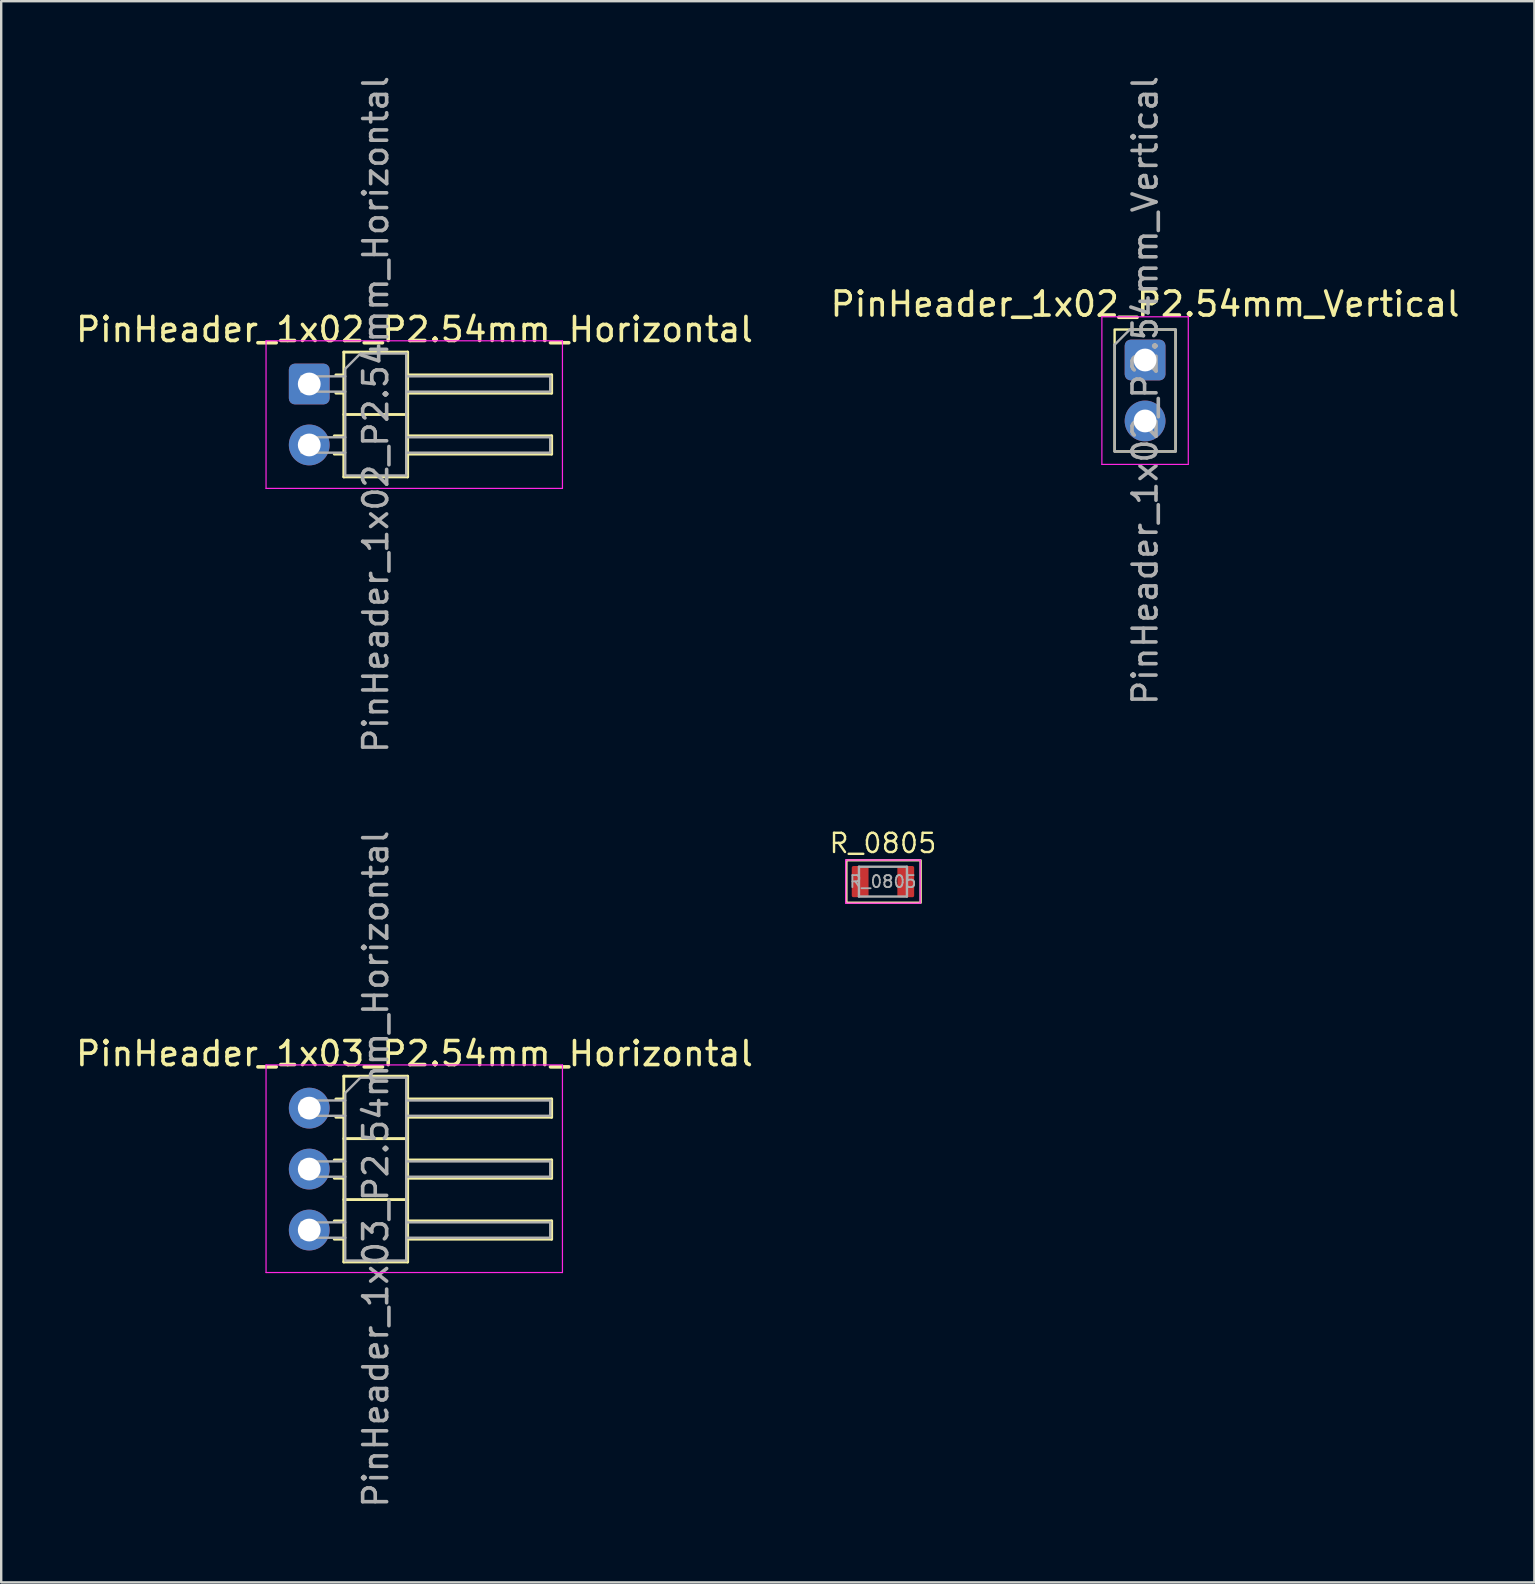
<source format=kicad_pcb>
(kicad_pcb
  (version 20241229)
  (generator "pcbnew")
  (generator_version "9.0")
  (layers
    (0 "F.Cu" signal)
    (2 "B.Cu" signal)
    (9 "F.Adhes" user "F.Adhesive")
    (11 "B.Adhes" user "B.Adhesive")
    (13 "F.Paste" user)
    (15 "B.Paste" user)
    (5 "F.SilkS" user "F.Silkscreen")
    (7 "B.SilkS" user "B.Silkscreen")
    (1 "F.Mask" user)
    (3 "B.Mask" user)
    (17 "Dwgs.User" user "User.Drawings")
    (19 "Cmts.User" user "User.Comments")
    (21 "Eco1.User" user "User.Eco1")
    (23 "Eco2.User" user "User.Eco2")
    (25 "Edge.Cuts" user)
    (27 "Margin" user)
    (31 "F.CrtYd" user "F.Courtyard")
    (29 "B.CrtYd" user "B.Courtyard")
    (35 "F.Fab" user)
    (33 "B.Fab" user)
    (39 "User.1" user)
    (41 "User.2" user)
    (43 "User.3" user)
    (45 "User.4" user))
  (footprint "PinHeader_1x02_P2.54mm_Horizontal"
    (layer "F.Cu")
    (at 9.835 12.95)
    (property "Reference" "PinHeader_1x02_P2.54mm_Horizontal" (at 4.385 -2.27 0) (layer "F.SilkS") (effects (font (size 1 1) (thickness 0.15))))
    (attr through_hole)
    (fp_line (start 1.043 2.16) (end 1.44 2.16) (stroke (width 0.12) (type solid)) (layer "F.SilkS"))
    (fp_line (start 1.043 2.92) (end 1.44 2.92) (stroke (width 0.12) (type solid)) (layer "F.SilkS"))
    (fp_line (start 1.11 -0.38) (end 1.44 -0.38) (stroke (width 0.12) (type solid)) (layer "F.SilkS"))
    (fp_line (start 1.11 0.38) (end 1.44 0.38) (stroke (width 0.12) (type solid)) (layer "F.SilkS"))
    (fp_line (start 1.44 -1.33) (end 1.44 3.87) (stroke (width 0.12) (type solid)) (layer "F.SilkS"))
    (fp_line (start 1.44 1.27) (end 4.1 1.27) (stroke (width 0.12) (type solid)) (layer "F.SilkS"))
    (fp_line (start 1.44 3.87) (end 4.1 3.87) (stroke (width 0.12) (type solid)) (layer "F.SilkS"))
    (fp_line (start 4.1 -1.33) (end 1.44 -1.33) (stroke (width 0.12) (type solid)) (layer "F.SilkS"))
    (fp_line (start 4.1 -0.38) (end 10.1 -0.38) (stroke (width 0.12) (type solid)) (layer "F.SilkS"))
    (fp_line (start 4.1 2.16) (end 10.1 2.16) (stroke (width 0.12) (type solid)) (layer "F.SilkS"))
    (fp_line (start 4.1 3.87) (end 4.1 -1.33) (stroke (width 0.12) (type solid)) (layer "F.SilkS"))
    (fp_line (start 10.1 -0.38) (end 10.1 0.38) (stroke (width 0.12) (type solid)) (layer "F.SilkS"))
    (fp_line (start 10.1 0.38) (end 4.1 0.38) (stroke (width 0.12) (type solid)) (layer "F.SilkS"))
    (fp_line (start 10.1 2.16) (end 10.1 2.92) (stroke (width 0.12) (type solid)) (layer "F.SilkS"))
    (fp_line (start 10.1 2.92) (end 4.1 2.92) (stroke (width 0.12) (type solid)) (layer "F.SilkS"))
    (fp_line (start -1.8 -1.8) (end -1.8 4.35) (stroke (width 0.05) (type solid)) (layer "F.CrtYd"))
    (fp_line (start -1.8 4.35) (end 10.55 4.35) (stroke (width 0.05) (type solid)) (layer "F.CrtYd"))
    (fp_line (start 10.55 -1.8) (end -1.8 -1.8) (stroke (width 0.05) (type solid)) (layer "F.CrtYd"))
    (fp_line (start 10.55 4.35) (end 10.55 -1.8) (stroke (width 0.05) (type solid)) (layer "F.CrtYd"))
    (fp_line (start -0.32 -0.32) (end -0.32 0.32) (stroke (width 0.1) (type solid)) (layer "F.Fab"))
    (fp_line (start -0.32 -0.32) (end 1.5 -0.32) (stroke (width 0.1) (type solid)) (layer "F.Fab"))
    (fp_line (start -0.32 0.32) (end 1.5 0.32) (stroke (width 0.1) (type solid)) (layer "F.Fab"))
    (fp_line (start -0.32 2.22) (end -0.32 2.86) (stroke (width 0.1) (type solid)) (layer "F.Fab"))
    (fp_line (start -0.32 2.22) (end 1.5 2.22) (stroke (width 0.1) (type solid)) (layer "F.Fab"))
    (fp_line (start -0.32 2.86) (end 1.5 2.86) (stroke (width 0.1) (type solid)) (layer "F.Fab"))
    (fp_line (start 1.5 -0.635) (end 2.135 -1.27) (stroke (width 0.1) (type solid)) (layer "F.Fab"))
    (fp_line (start 1.5 3.81) (end 1.5 -0.635) (stroke (width 0.1) (type solid)) (layer "F.Fab"))
    (fp_line (start 2.135 -1.27) (end 4.04 -1.27) (stroke (width 0.1) (type solid)) (layer "F.Fab"))
    (fp_line (start 4.04 -1.27) (end 4.04 3.81) (stroke (width 0.1) (type solid)) (layer "F.Fab"))
    (fp_line (start 4.04 -0.32) (end 10.04 -0.32) (stroke (width 0.1) (type solid)) (layer "F.Fab"))
    (fp_line (start 4.04 0.32) (end 10.04 0.32) (stroke (width 0.1) (type solid)) (layer "F.Fab"))
    (fp_line (start 4.04 2.22) (end 10.04 2.22) (stroke (width 0.1) (type solid)) (layer "F.Fab"))
    (fp_line (start 4.04 2.86) (end 10.04 2.86) (stroke (width 0.1) (type solid)) (layer "F.Fab"))
    (fp_line (start 4.04 3.81) (end 1.5 3.81) (stroke (width 0.1) (type solid)) (layer "F.Fab"))
    (fp_line (start 10.04 -0.32) (end 10.04 0.32) (stroke (width 0.1) (type solid)) (layer "F.Fab"))
    (fp_line (start 10.04 2.22) (end 10.04 2.86) (stroke (width 0.1) (type solid)) (layer "F.Fab"))
    (fp_text user "${REFERENCE}" (at 2.77 1.27 90) (layer "F.Fab") (effects (font (size 1 1) (thickness 0.15))))
    (pad "1" thru_hole roundrect (at 0 0) (size 1.7 1.7) (drill 0.95) (layers "*.Cu" "*.Mask") (roundrect_rratio 0.147))
    (pad "2" thru_hole circle (at 0 2.54) (size 1.7 1.7) (drill 0.95) (layers "*.Cu" "*.Mask")))
  (footprint "PinHeader_1x02_P2.54mm_Vertical"
    (layer "F.Cu")
    (at 44.661 11.95)
    (property "Reference" "PinHeader_1x02_P2.54mm_Vertical" (at 0 -2.33 0) (layer "F.SilkS") (effects (font (size 1 1) (thickness 0.15))))
    (attr through_hole)
    (fp_rect (start -1.27 -1.27) (end 1.27 3.81) (stroke (width 0.1) (type default)) (fill no) (layer "F.SilkS"))
    (fp_line (start -1.8 -1.8) (end -1.8 4.35) (stroke (width 0.05) (type solid)) (layer "F.CrtYd"))
    (fp_line (start -1.8 4.35) (end 1.8 4.35) (stroke (width 0.05) (type solid)) (layer "F.CrtYd"))
    (fp_line (start 1.8 -1.8) (end -1.8 -1.8) (stroke (width 0.05) (type solid)) (layer "F.CrtYd"))
    (fp_line (start 1.8 4.35) (end 1.8 -1.8) (stroke (width 0.05) (type solid)) (layer "F.CrtYd"))
    (fp_line (start -1.27 -0.635) (end -0.635 -1.27) (stroke (width 0.1) (type solid)) (layer "F.Fab"))
    (fp_line (start -1.27 3.81) (end -1.27 -0.635) (stroke (width 0.1) (type solid)) (layer "F.Fab"))
    (fp_line (start -0.635 -1.27) (end 1.27 -1.27) (stroke (width 0.1) (type solid)) (layer "F.Fab"))
    (fp_line (start 1.27 -1.27) (end 1.27 3.81) (stroke (width 0.1) (type solid)) (layer "F.Fab"))
    (fp_line (start 1.27 3.81) (end -1.27 3.81) (stroke (width 0.1) (type solid)) (layer "F.Fab"))
    (fp_text user "${REFERENCE}" (at 0 1.27 90) (layer "F.Fab") (effects (font (size 1 1) (thickness 0.15))))
    (pad "1" thru_hole roundrect (at 0 0) (size 1.7 1.7) (drill 0.95) (layers "*.Cu" "*.Mask") (roundrect_rratio 0.147))
    (pad "2" thru_hole circle (at 0 2.54) (size 1.7 1.7) (drill 0.95) (layers "*.Cu" "*.Mask")))
  (footprint "R_0805"
    (layer "F.Cu")
    (at 33.739 33.684)
    (property "Reference" "R_0805" (at 0 -1.6 0) (layer "F.SilkS") (effects (font (size 0.8 0.8) (thickness 0.1))))
    (attr smd)
    (fp_rect (start -1.524 -0.889) (end 1.57 0.88) (stroke (width 0.1) (type default)) (fill no) (layer "F.SilkS"))
    (fp_line (start -1.55 -0.9) (end -1.55 0.9) (stroke (width 0.05) (type solid)) (layer "F.CrtYd"))
    (fp_line (start -1.55 -0.9) (end 1.55 -0.9) (stroke (width 0.05) (type solid)) (layer "F.CrtYd"))
    (fp_line (start 1.55 0.9) (end -1.55 0.9) (stroke (width 0.05) (type solid)) (layer "F.CrtYd"))
    (fp_line (start 1.55 0.9) (end 1.55 -0.9) (stroke (width 0.05) (type solid)) (layer "F.CrtYd"))
    (fp_line (start -1 -0.62) (end 1 -0.62) (stroke (width 0.1) (type solid)) (layer "F.Fab"))
    (fp_line (start -1 0.62) (end -1 -0.62) (stroke (width 0.1) (type solid)) (layer "F.Fab"))
    (fp_line (start 1 -0.62) (end 1 0.62) (stroke (width 0.1) (type solid)) (layer "F.Fab"))
    (fp_line (start 1 0.62) (end -1 0.62) (stroke (width 0.1) (type solid)) (layer "F.Fab"))
    (fp_text user "${REFERENCE}" (at 0 0 0) (layer "F.Fab") (effects (font (size 0.5 0.5) (thickness 0.075))))
    (pad "1" smd roundrect (at -0.95 0) (size 0.7 1.3) (layers "F.Cu" "F.Mask" "F.Paste") (roundrect_rratio 0.1))
    (pad "2" smd roundrect (at 0.95 0) (size 0.7 1.3) (layers "F.Cu" "F.Mask" "F.Paste") (roundrect_rratio 0.1)))
  (footprint "PinHeader_1x03_P2.54mm_Horizontal"
    (layer "F.Cu")
    (at 9.835 43.121)
    (property "Reference" "PinHeader_1x03_P2.54mm_Horizontal" (at 4.385 -2.27 0) (layer "F.SilkS") (effects (font (size 1 1) (thickness 0.15))))
    (attr through_hole)
    (fp_line (start 1.043 2.16) (end 1.44 2.16) (stroke (width 0.12) (type solid)) (layer "F.SilkS"))
    (fp_line (start 1.043 2.92) (end 1.44 2.92) (stroke (width 0.12) (type solid)) (layer "F.SilkS"))
    (fp_line (start 1.043 4.7) (end 1.44 4.7) (stroke (width 0.12) (type solid)) (layer "F.SilkS"))
    (fp_line (start 1.043 5.46) (end 1.44 5.46) (stroke (width 0.12) (type solid)) (layer "F.SilkS"))
    (fp_line (start 1.11 -0.38) (end 1.44 -0.38) (stroke (width 0.12) (type solid)) (layer "F.SilkS"))
    (fp_line (start 1.11 0.38) (end 1.44 0.38) (stroke (width 0.12) (type solid)) (layer "F.SilkS"))
    (fp_line (start 1.44 -1.33) (end 1.44 6.41) (stroke (width 0.12) (type solid)) (layer "F.SilkS"))
    (fp_line (start 1.44 1.27) (end 4.1 1.27) (stroke (width 0.12) (type solid)) (layer "F.SilkS"))
    (fp_line (start 1.44 3.81) (end 4.1 3.81) (stroke (width 0.12) (type solid)) (layer "F.SilkS"))
    (fp_line (start 1.44 6.41) (end 4.1 6.41) (stroke (width 0.12) (type solid)) (layer "F.SilkS"))
    (fp_line (start 4.1 -1.33) (end 1.44 -1.33) (stroke (width 0.12) (type solid)) (layer "F.SilkS"))
    (fp_line (start 4.1 -0.38) (end 10.1 -0.38) (stroke (width 0.12) (type solid)) (layer "F.SilkS"))
    (fp_line (start 4.1 2.16) (end 10.1 2.16) (stroke (width 0.12) (type solid)) (layer "F.SilkS"))
    (fp_line (start 4.1 4.7) (end 10.1 4.7) (stroke (width 0.12) (type solid)) (layer "F.SilkS"))
    (fp_line (start 4.1 6.41) (end 4.1 -1.33) (stroke (width 0.12) (type solid)) (layer "F.SilkS"))
    (fp_line (start 10.1 -0.38) (end 10.1 0.38) (stroke (width 0.12) (type solid)) (layer "F.SilkS"))
    (fp_line (start 10.1 0.38) (end 4.1 0.38) (stroke (width 0.12) (type solid)) (layer "F.SilkS"))
    (fp_line (start 10.1 2.16) (end 10.1 2.92) (stroke (width 0.12) (type solid)) (layer "F.SilkS"))
    (fp_line (start 10.1 2.92) (end 4.1 2.92) (stroke (width 0.12) (type solid)) (layer "F.SilkS"))
    (fp_line (start 10.1 4.7) (end 10.1 5.46) (stroke (width 0.12) (type solid)) (layer "F.SilkS"))
    (fp_line (start 10.1 5.46) (end 4.1 5.46) (stroke (width 0.12) (type solid)) (layer "F.SilkS"))
    (fp_line (start -1.8 -1.8) (end -1.8 6.85) (stroke (width 0.05) (type solid)) (layer "F.CrtYd"))
    (fp_line (start -1.8 6.85) (end 10.55 6.85) (stroke (width 0.05) (type solid)) (layer "F.CrtYd"))
    (fp_line (start 10.55 -1.8) (end -1.8 -1.8) (stroke (width 0.05) (type solid)) (layer "F.CrtYd"))
    (fp_line (start 10.55 6.85) (end 10.55 -1.8) (stroke (width 0.05) (type solid)) (layer "F.CrtYd"))
    (fp_line (start -0.32 -0.32) (end -0.32 0.32) (stroke (width 0.1) (type solid)) (layer "F.Fab"))
    (fp_line (start -0.32 -0.32) (end 1.5 -0.32) (stroke (width 0.1) (type solid)) (layer "F.Fab"))
    (fp_line (start -0.32 0.32) (end 1.5 0.32) (stroke (width 0.1) (type solid)) (layer "F.Fab"))
    (fp_line (start -0.32 2.22) (end -0.32 2.86) (stroke (width 0.1) (type solid)) (layer "F.Fab"))
    (fp_line (start -0.32 2.22) (end 1.5 2.22) (stroke (width 0.1) (type solid)) (layer "F.Fab"))
    (fp_line (start -0.32 2.86) (end 1.5 2.86) (stroke (width 0.1) (type solid)) (layer "F.Fab"))
    (fp_line (start -0.32 4.76) (end -0.32 5.4) (stroke (width 0.1) (type solid)) (layer "F.Fab"))
    (fp_line (start -0.32 4.76) (end 1.5 4.76) (stroke (width 0.1) (type solid)) (layer "F.Fab"))
    (fp_line (start -0.32 5.4) (end 1.5 5.4) (stroke (width 0.1) (type solid)) (layer "F.Fab"))
    (fp_line (start 1.5 -0.635) (end 2.135 -1.27) (stroke (width 0.1) (type solid)) (layer "F.Fab"))
    (fp_line (start 1.5 6.35) (end 1.5 -0.635) (stroke (width 0.1) (type solid)) (layer "F.Fab"))
    (fp_line (start 2.135 -1.27) (end 4.04 -1.27) (stroke (width 0.1) (type solid)) (layer "F.Fab"))
    (fp_line (start 4.04 -1.27) (end 4.04 6.35) (stroke (width 0.1) (type solid)) (layer "F.Fab"))
    (fp_line (start 4.04 -0.32) (end 10.04 -0.32) (stroke (width 0.1) (type solid)) (layer "F.Fab"))
    (fp_line (start 4.04 0.32) (end 10.04 0.32) (stroke (width 0.1) (type solid)) (layer "F.Fab"))
    (fp_line (start 4.04 2.22) (end 10.04 2.22) (stroke (width 0.1) (type solid)) (layer "F.Fab"))
    (fp_line (start 4.04 2.86) (end 10.04 2.86) (stroke (width 0.1) (type solid)) (layer "F.Fab"))
    (fp_line (start 4.04 4.76) (end 10.04 4.76) (stroke (width 0.1) (type solid)) (layer "F.Fab"))
    (fp_line (start 4.04 5.4) (end 10.04 5.4) (stroke (width 0.1) (type solid)) (layer "F.Fab"))
    (fp_line (start 4.04 6.35) (end 1.5 6.35) (stroke (width 0.1) (type solid)) (layer "F.Fab"))
    (fp_line (start 10.04 -0.32) (end 10.04 0.32) (stroke (width 0.1) (type solid)) (layer "F.Fab"))
    (fp_line (start 10.04 2.22) (end 10.04 2.86) (stroke (width 0.1) (type solid)) (layer "F.Fab"))
    (fp_line (start 10.04 4.76) (end 10.04 5.4) (stroke (width 0.1) (type solid)) (layer "F.Fab"))
    (fp_text user "${REFERENCE}" (at 2.77 2.54 90) (layer "F.Fab") (effects (font (size 1 1) (thickness 0.15))))
    (pad "1" thru_hole circle (at 0 0) (size 1.7 1.7) (drill 0.95) (layers "*.Cu" "*.Mask"))
    (pad "2" thru_hole circle (at 0 2.54) (size 1.7 1.7) (drill 0.95) (layers "*.Cu" "*.Mask"))
    (pad "3" thru_hole circle (at 0 5.08) (size 1.7 1.7) (drill 0.95) (layers "*.Cu" "*.Mask")))
  (gr_rect
    (start -3 -3)
    (end 60.881 62.881)
    (stroke (width 0.1) (type default))
    (fill no)
    (layer "Edge.Cuts")))
</source>
